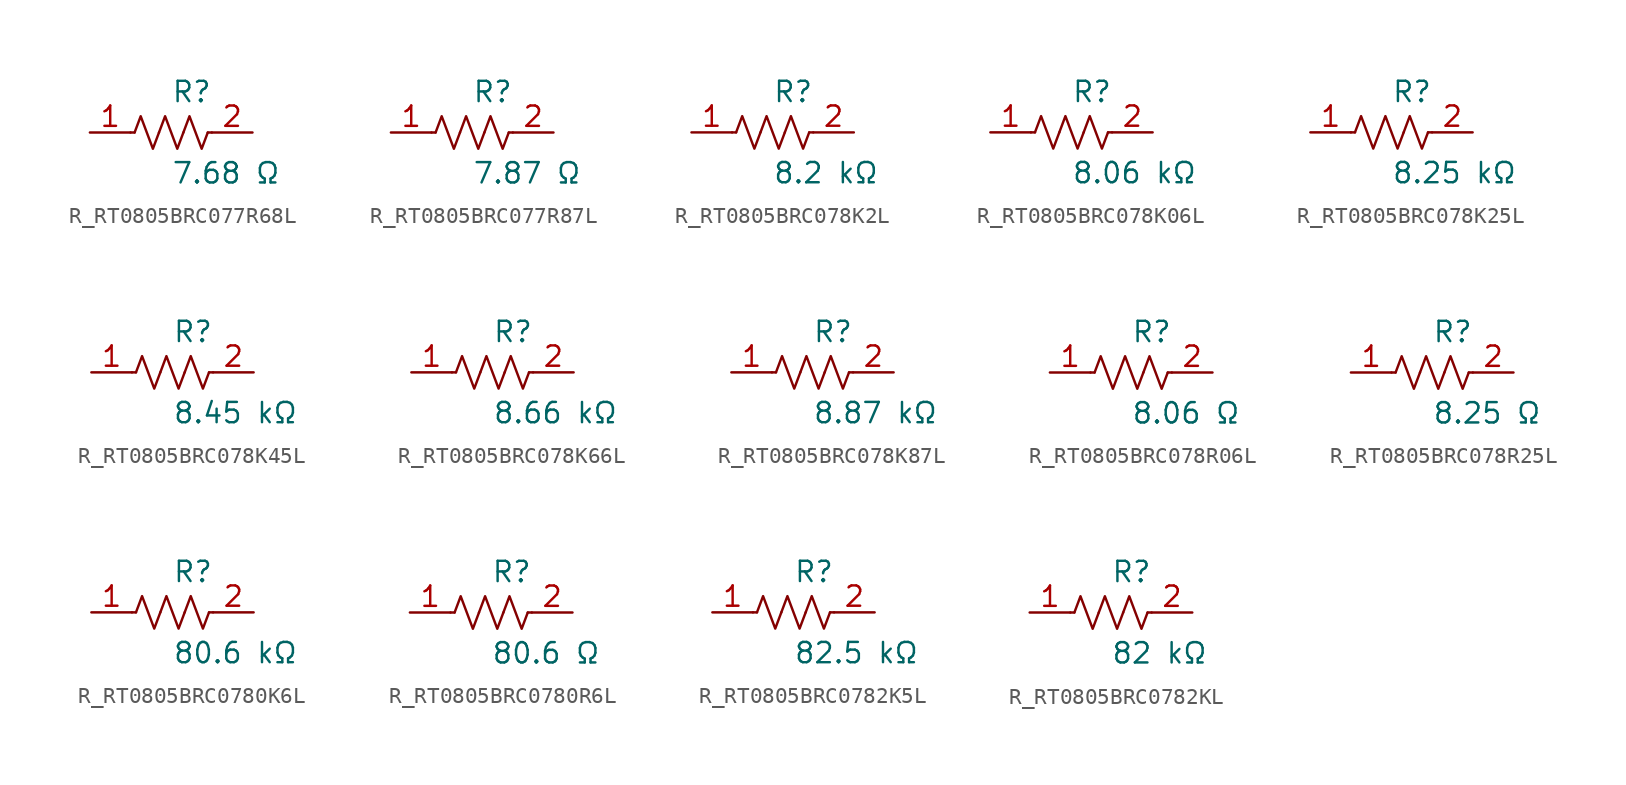
<source format=kicad_sym>
(kicad_symbol_lib
  (version 20231120)
  (generator kicad_symbol_editor)
  (generator_version 8.0)
  (symbol "R_RT0805BRC077R68L"
    (pin_names
      (offset 0.254))
    (property "Reference" "R"
      (at 0 2.54 0)
      (effects (font (size 1.27 1.27)) (justify left)))
    (property "Value" "7.68 Ω"
      (at 0 -2.54 0)
      (effects (font (size 1.27 1.27)) (justify left)))
    (symbol "R_RT0805BRC077R68L_0_1"
      (polyline (pts (xy 2.286 0) (xy 2.54 0)) (stroke (width 0) (type default)) (fill (type none)))
      (polyline (pts (xy -2.286 0) (xy -2.54 0)) (stroke (width 0) (type default)) (fill (type none)))
      (polyline (pts (xy 0.762 0) (xy 1.143 1.016) (xy 1.524 0) (xy 1.905 -1.016) (xy 2.286 0)) (stroke (width 0) (type default)) (fill (type none)))
      (polyline (pts (xy -0.762 0) (xy -0.381 1.016) (xy 0 0) (xy 0.381 -1.016) (xy 0.762 0)) (stroke (width 0) (type default)) (fill (type none)))
      (polyline (pts (xy -2.286 0) (xy -1.905 1.016) (xy -1.524 0) (xy -1.143 -1.016) (xy -0.762 0)) (stroke (width 0) (type default)) (fill (type none))))
    (pin unspecified line
      (at -5.08 0 0)
      (length 2.54)
      (name "" (effects (font (size 1.27 1.27))))
      (number "1" (effects (font (size 1.27 1.27)))))
    (pin unspecified line
      (at 5.08 0 180)
      (length 2.54)
      (name "" (effects (font (size 1.27 1.27))))
      (number "2" (effects (font (size 1.27 1.27))))))
  (symbol "R_RT0805BRC077R87L"
    (pin_names
      (offset 0.254))
    (property "Reference" "R"
      (at 0 2.54 0)
      (effects (font (size 1.27 1.27)) (justify left)))
    (property "Value" "7.87 Ω"
      (at 0 -2.54 0)
      (effects (font (size 1.27 1.27)) (justify left)))
    (symbol "R_RT0805BRC077R87L_0_1"
      (polyline (pts (xy 2.286 0) (xy 2.54 0)) (stroke (width 0) (type default)) (fill (type none)))
      (polyline (pts (xy -2.286 0) (xy -2.54 0)) (stroke (width 0) (type default)) (fill (type none)))
      (polyline (pts (xy 0.762 0) (xy 1.143 1.016) (xy 1.524 0) (xy 1.905 -1.016) (xy 2.286 0)) (stroke (width 0) (type default)) (fill (type none)))
      (polyline (pts (xy -0.762 0) (xy -0.381 1.016) (xy 0 0) (xy 0.381 -1.016) (xy 0.762 0)) (stroke (width 0) (type default)) (fill (type none)))
      (polyline (pts (xy -2.286 0) (xy -1.905 1.016) (xy -1.524 0) (xy -1.143 -1.016) (xy -0.762 0)) (stroke (width 0) (type default)) (fill (type none))))
    (pin unspecified line
      (at -5.08 0 0)
      (length 2.54)
      (name "" (effects (font (size 1.27 1.27))))
      (number "1" (effects (font (size 1.27 1.27)))))
    (pin unspecified line
      (at 5.08 0 180)
      (length 2.54)
      (name "" (effects (font (size 1.27 1.27))))
      (number "2" (effects (font (size 1.27 1.27))))))
  (symbol "R_RT0805BRC078K2L"
    (pin_names
      (offset 0.254))
    (property "Reference" "R"
      (at 0 2.54 0)
      (effects (font (size 1.27 1.27)) (justify left)))
    (property "Value" "8.2 kΩ"
      (at 0 -2.54 0)
      (effects (font (size 1.27 1.27)) (justify left)))
    (symbol "R_RT0805BRC078K2L_0_1"
      (polyline (pts (xy 2.286 0) (xy 2.54 0)) (stroke (width 0) (type default)) (fill (type none)))
      (polyline (pts (xy -2.286 0) (xy -2.54 0)) (stroke (width 0) (type default)) (fill (type none)))
      (polyline (pts (xy 0.762 0) (xy 1.143 1.016) (xy 1.524 0) (xy 1.905 -1.016) (xy 2.286 0)) (stroke (width 0) (type default)) (fill (type none)))
      (polyline (pts (xy -0.762 0) (xy -0.381 1.016) (xy 0 0) (xy 0.381 -1.016) (xy 0.762 0)) (stroke (width 0) (type default)) (fill (type none)))
      (polyline (pts (xy -2.286 0) (xy -1.905 1.016) (xy -1.524 0) (xy -1.143 -1.016) (xy -0.762 0)) (stroke (width 0) (type default)) (fill (type none))))
    (pin unspecified line
      (at -5.08 0 0)
      (length 2.54)
      (name "" (effects (font (size 1.27 1.27))))
      (number "1" (effects (font (size 1.27 1.27)))))
    (pin unspecified line
      (at 5.08 0 180)
      (length 2.54)
      (name "" (effects (font (size 1.27 1.27))))
      (number "2" (effects (font (size 1.27 1.27))))))
  (symbol "R_RT0805BRC078K06L"
    (pin_names
      (offset 0.254))
    (property "Reference" "R"
      (at 0 2.54 0)
      (effects (font (size 1.27 1.27)) (justify left)))
    (property "Value" "8.06 kΩ"
      (at 0 -2.54 0)
      (effects (font (size 1.27 1.27)) (justify left)))
    (symbol "R_RT0805BRC078K06L_0_1"
      (polyline (pts (xy 2.286 0) (xy 2.54 0)) (stroke (width 0) (type default)) (fill (type none)))
      (polyline (pts (xy -2.286 0) (xy -2.54 0)) (stroke (width 0) (type default)) (fill (type none)))
      (polyline (pts (xy 0.762 0) (xy 1.143 1.016) (xy 1.524 0) (xy 1.905 -1.016) (xy 2.286 0)) (stroke (width 0) (type default)) (fill (type none)))
      (polyline (pts (xy -0.762 0) (xy -0.381 1.016) (xy 0 0) (xy 0.381 -1.016) (xy 0.762 0)) (stroke (width 0) (type default)) (fill (type none)))
      (polyline (pts (xy -2.286 0) (xy -1.905 1.016) (xy -1.524 0) (xy -1.143 -1.016) (xy -0.762 0)) (stroke (width 0) (type default)) (fill (type none))))
    (pin unspecified line
      (at -5.08 0 0)
      (length 2.54)
      (name "" (effects (font (size 1.27 1.27))))
      (number "1" (effects (font (size 1.27 1.27)))))
    (pin unspecified line
      (at 5.08 0 180)
      (length 2.54)
      (name "" (effects (font (size 1.27 1.27))))
      (number "2" (effects (font (size 1.27 1.27))))))
  (symbol "R_RT0805BRC078K25L"
    (pin_names
      (offset 0.254))
    (property "Reference" "R"
      (at 0 2.54 0)
      (effects (font (size 1.27 1.27)) (justify left)))
    (property "Value" "8.25 kΩ"
      (at 0 -2.54 0)
      (effects (font (size 1.27 1.27)) (justify left)))
    (symbol "R_RT0805BRC078K25L_0_1"
      (polyline (pts (xy 2.286 0) (xy 2.54 0)) (stroke (width 0) (type default)) (fill (type none)))
      (polyline (pts (xy -2.286 0) (xy -2.54 0)) (stroke (width 0) (type default)) (fill (type none)))
      (polyline (pts (xy 0.762 0) (xy 1.143 1.016) (xy 1.524 0) (xy 1.905 -1.016) (xy 2.286 0)) (stroke (width 0) (type default)) (fill (type none)))
      (polyline (pts (xy -0.762 0) (xy -0.381 1.016) (xy 0 0) (xy 0.381 -1.016) (xy 0.762 0)) (stroke (width 0) (type default)) (fill (type none)))
      (polyline (pts (xy -2.286 0) (xy -1.905 1.016) (xy -1.524 0) (xy -1.143 -1.016) (xy -0.762 0)) (stroke (width 0) (type default)) (fill (type none))))
    (pin unspecified line
      (at -5.08 0 0)
      (length 2.54)
      (name "" (effects (font (size 1.27 1.27))))
      (number "1" (effects (font (size 1.27 1.27)))))
    (pin unspecified line
      (at 5.08 0 180)
      (length 2.54)
      (name "" (effects (font (size 1.27 1.27))))
      (number "2" (effects (font (size 1.27 1.27))))))
  (symbol "R_RT0805BRC078K45L"
    (pin_names
      (offset 0.254))
    (property "Reference" "R"
      (at 0 2.54 0)
      (effects (font (size 1.27 1.27)) (justify left)))
    (property "Value" "8.45 kΩ"
      (at 0 -2.54 0)
      (effects (font (size 1.27 1.27)) (justify left)))
    (symbol "R_RT0805BRC078K45L_0_1"
      (polyline (pts (xy 2.286 0) (xy 2.54 0)) (stroke (width 0) (type default)) (fill (type none)))
      (polyline (pts (xy -2.286 0) (xy -2.54 0)) (stroke (width 0) (type default)) (fill (type none)))
      (polyline (pts (xy 0.762 0) (xy 1.143 1.016) (xy 1.524 0) (xy 1.905 -1.016) (xy 2.286 0)) (stroke (width 0) (type default)) (fill (type none)))
      (polyline (pts (xy -0.762 0) (xy -0.381 1.016) (xy 0 0) (xy 0.381 -1.016) (xy 0.762 0)) (stroke (width 0) (type default)) (fill (type none)))
      (polyline (pts (xy -2.286 0) (xy -1.905 1.016) (xy -1.524 0) (xy -1.143 -1.016) (xy -0.762 0)) (stroke (width 0) (type default)) (fill (type none))))
    (pin unspecified line
      (at -5.08 0 0)
      (length 2.54)
      (name "" (effects (font (size 1.27 1.27))))
      (number "1" (effects (font (size 1.27 1.27)))))
    (pin unspecified line
      (at 5.08 0 180)
      (length 2.54)
      (name "" (effects (font (size 1.27 1.27))))
      (number "2" (effects (font (size 1.27 1.27))))))
  (symbol "R_RT0805BRC078K66L"
    (pin_names
      (offset 0.254))
    (property "Reference" "R"
      (at 0 2.54 0)
      (effects (font (size 1.27 1.27)) (justify left)))
    (property "Value" "8.66 kΩ"
      (at 0 -2.54 0)
      (effects (font (size 1.27 1.27)) (justify left)))
    (symbol "R_RT0805BRC078K66L_0_1"
      (polyline (pts (xy 2.286 0) (xy 2.54 0)) (stroke (width 0) (type default)) (fill (type none)))
      (polyline (pts (xy -2.286 0) (xy -2.54 0)) (stroke (width 0) (type default)) (fill (type none)))
      (polyline (pts (xy 0.762 0) (xy 1.143 1.016) (xy 1.524 0) (xy 1.905 -1.016) (xy 2.286 0)) (stroke (width 0) (type default)) (fill (type none)))
      (polyline (pts (xy -0.762 0) (xy -0.381 1.016) (xy 0 0) (xy 0.381 -1.016) (xy 0.762 0)) (stroke (width 0) (type default)) (fill (type none)))
      (polyline (pts (xy -2.286 0) (xy -1.905 1.016) (xy -1.524 0) (xy -1.143 -1.016) (xy -0.762 0)) (stroke (width 0) (type default)) (fill (type none))))
    (pin unspecified line
      (at -5.08 0 0)
      (length 2.54)
      (name "" (effects (font (size 1.27 1.27))))
      (number "1" (effects (font (size 1.27 1.27)))))
    (pin unspecified line
      (at 5.08 0 180)
      (length 2.54)
      (name "" (effects (font (size 1.27 1.27))))
      (number "2" (effects (font (size 1.27 1.27))))))
  (symbol "R_RT0805BRC078K87L"
    (pin_names
      (offset 0.254))
    (property "Reference" "R"
      (at 0 2.54 0)
      (effects (font (size 1.27 1.27)) (justify left)))
    (property "Value" "8.87 kΩ"
      (at 0 -2.54 0)
      (effects (font (size 1.27 1.27)) (justify left)))
    (symbol "R_RT0805BRC078K87L_0_1"
      (polyline (pts (xy 2.286 0) (xy 2.54 0)) (stroke (width 0) (type default)) (fill (type none)))
      (polyline (pts (xy -2.286 0) (xy -2.54 0)) (stroke (width 0) (type default)) (fill (type none)))
      (polyline (pts (xy 0.762 0) (xy 1.143 1.016) (xy 1.524 0) (xy 1.905 -1.016) (xy 2.286 0)) (stroke (width 0) (type default)) (fill (type none)))
      (polyline (pts (xy -0.762 0) (xy -0.381 1.016) (xy 0 0) (xy 0.381 -1.016) (xy 0.762 0)) (stroke (width 0) (type default)) (fill (type none)))
      (polyline (pts (xy -2.286 0) (xy -1.905 1.016) (xy -1.524 0) (xy -1.143 -1.016) (xy -0.762 0)) (stroke (width 0) (type default)) (fill (type none))))
    (pin unspecified line
      (at -5.08 0 0)
      (length 2.54)
      (name "" (effects (font (size 1.27 1.27))))
      (number "1" (effects (font (size 1.27 1.27)))))
    (pin unspecified line
      (at 5.08 0 180)
      (length 2.54)
      (name "" (effects (font (size 1.27 1.27))))
      (number "2" (effects (font (size 1.27 1.27))))))
  (symbol "R_RT0805BRC078R06L"
    (pin_names
      (offset 0.254))
    (property "Reference" "R"
      (at 0 2.54 0)
      (effects (font (size 1.27 1.27)) (justify left)))
    (property "Value" "8.06 Ω"
      (at 0 -2.54 0)
      (effects (font (size 1.27 1.27)) (justify left)))
    (symbol "R_RT0805BRC078R06L_0_1"
      (polyline (pts (xy 2.286 0) (xy 2.54 0)) (stroke (width 0) (type default)) (fill (type none)))
      (polyline (pts (xy -2.286 0) (xy -2.54 0)) (stroke (width 0) (type default)) (fill (type none)))
      (polyline (pts (xy 0.762 0) (xy 1.143 1.016) (xy 1.524 0) (xy 1.905 -1.016) (xy 2.286 0)) (stroke (width 0) (type default)) (fill (type none)))
      (polyline (pts (xy -0.762 0) (xy -0.381 1.016) (xy 0 0) (xy 0.381 -1.016) (xy 0.762 0)) (stroke (width 0) (type default)) (fill (type none)))
      (polyline (pts (xy -2.286 0) (xy -1.905 1.016) (xy -1.524 0) (xy -1.143 -1.016) (xy -0.762 0)) (stroke (width 0) (type default)) (fill (type none))))
    (pin unspecified line
      (at -5.08 0 0)
      (length 2.54)
      (name "" (effects (font (size 1.27 1.27))))
      (number "1" (effects (font (size 1.27 1.27)))))
    (pin unspecified line
      (at 5.08 0 180)
      (length 2.54)
      (name "" (effects (font (size 1.27 1.27))))
      (number "2" (effects (font (size 1.27 1.27))))))
  (symbol "R_RT0805BRC078R25L"
    (pin_names
      (offset 0.254))
    (property "Reference" "R"
      (at 0 2.54 0)
      (effects (font (size 1.27 1.27)) (justify left)))
    (property "Value" "8.25 Ω"
      (at 0 -2.54 0)
      (effects (font (size 1.27 1.27)) (justify left)))
    (symbol "R_RT0805BRC078R25L_0_1"
      (polyline (pts (xy 2.286 0) (xy 2.54 0)) (stroke (width 0) (type default)) (fill (type none)))
      (polyline (pts (xy -2.286 0) (xy -2.54 0)) (stroke (width 0) (type default)) (fill (type none)))
      (polyline (pts (xy 0.762 0) (xy 1.143 1.016) (xy 1.524 0) (xy 1.905 -1.016) (xy 2.286 0)) (stroke (width 0) (type default)) (fill (type none)))
      (polyline (pts (xy -0.762 0) (xy -0.381 1.016) (xy 0 0) (xy 0.381 -1.016) (xy 0.762 0)) (stroke (width 0) (type default)) (fill (type none)))
      (polyline (pts (xy -2.286 0) (xy -1.905 1.016) (xy -1.524 0) (xy -1.143 -1.016) (xy -0.762 0)) (stroke (width 0) (type default)) (fill (type none))))
    (pin unspecified line
      (at -5.08 0 0)
      (length 2.54)
      (name "" (effects (font (size 1.27 1.27))))
      (number "1" (effects (font (size 1.27 1.27)))))
    (pin unspecified line
      (at 5.08 0 180)
      (length 2.54)
      (name "" (effects (font (size 1.27 1.27))))
      (number "2" (effects (font (size 1.27 1.27))))))
  (symbol "R_RT0805BRC0780K6L"
    (pin_names
      (offset 0.254))
    (property "Reference" "R"
      (at 0 2.54 0)
      (effects (font (size 1.27 1.27)) (justify left)))
    (property "Value" "80.6 kΩ"
      (at 0 -2.54 0)
      (effects (font (size 1.27 1.27)) (justify left)))
    (symbol "R_RT0805BRC0780K6L_0_1"
      (polyline (pts (xy 2.286 0) (xy 2.54 0)) (stroke (width 0) (type default)) (fill (type none)))
      (polyline (pts (xy -2.286 0) (xy -2.54 0)) (stroke (width 0) (type default)) (fill (type none)))
      (polyline (pts (xy 0.762 0) (xy 1.143 1.016) (xy 1.524 0) (xy 1.905 -1.016) (xy 2.286 0)) (stroke (width 0) (type default)) (fill (type none)))
      (polyline (pts (xy -0.762 0) (xy -0.381 1.016) (xy 0 0) (xy 0.381 -1.016) (xy 0.762 0)) (stroke (width 0) (type default)) (fill (type none)))
      (polyline (pts (xy -2.286 0) (xy -1.905 1.016) (xy -1.524 0) (xy -1.143 -1.016) (xy -0.762 0)) (stroke (width 0) (type default)) (fill (type none))))
    (pin unspecified line
      (at -5.08 0 0)
      (length 2.54)
      (name "" (effects (font (size 1.27 1.27))))
      (number "1" (effects (font (size 1.27 1.27)))))
    (pin unspecified line
      (at 5.08 0 180)
      (length 2.54)
      (name "" (effects (font (size 1.27 1.27))))
      (number "2" (effects (font (size 1.27 1.27))))))
  (symbol "R_RT0805BRC0780R6L"
    (pin_names
      (offset 0.254))
    (property "Reference" "R"
      (at 0 2.54 0)
      (effects (font (size 1.27 1.27)) (justify left)))
    (property "Value" "80.6 Ω"
      (at 0 -2.54 0)
      (effects (font (size 1.27 1.27)) (justify left)))
    (symbol "R_RT0805BRC0780R6L_0_1"
      (polyline (pts (xy 2.286 0) (xy 2.54 0)) (stroke (width 0) (type default)) (fill (type none)))
      (polyline (pts (xy -2.286 0) (xy -2.54 0)) (stroke (width 0) (type default)) (fill (type none)))
      (polyline (pts (xy 0.762 0) (xy 1.143 1.016) (xy 1.524 0) (xy 1.905 -1.016) (xy 2.286 0)) (stroke (width 0) (type default)) (fill (type none)))
      (polyline (pts (xy -0.762 0) (xy -0.381 1.016) (xy 0 0) (xy 0.381 -1.016) (xy 0.762 0)) (stroke (width 0) (type default)) (fill (type none)))
      (polyline (pts (xy -2.286 0) (xy -1.905 1.016) (xy -1.524 0) (xy -1.143 -1.016) (xy -0.762 0)) (stroke (width 0) (type default)) (fill (type none))))
    (pin unspecified line
      (at -5.08 0 0)
      (length 2.54)
      (name "" (effects (font (size 1.27 1.27))))
      (number "1" (effects (font (size 1.27 1.27)))))
    (pin unspecified line
      (at 5.08 0 180)
      (length 2.54)
      (name "" (effects (font (size 1.27 1.27))))
      (number "2" (effects (font (size 1.27 1.27))))))
  (symbol "R_RT0805BRC0782K5L"
    (pin_names
      (offset 0.254))
    (property "Reference" "R"
      (at 0 2.54 0)
      (effects (font (size 1.27 1.27)) (justify left)))
    (property "Value" "82.5 kΩ"
      (at 0 -2.54 0)
      (effects (font (size 1.27 1.27)) (justify left)))
    (symbol "R_RT0805BRC0782K5L_0_1"
      (polyline (pts (xy 2.286 0) (xy 2.54 0)) (stroke (width 0) (type default)) (fill (type none)))
      (polyline (pts (xy -2.286 0) (xy -2.54 0)) (stroke (width 0) (type default)) (fill (type none)))
      (polyline (pts (xy 0.762 0) (xy 1.143 1.016) (xy 1.524 0) (xy 1.905 -1.016) (xy 2.286 0)) (stroke (width 0) (type default)) (fill (type none)))
      (polyline (pts (xy -0.762 0) (xy -0.381 1.016) (xy 0 0) (xy 0.381 -1.016) (xy 0.762 0)) (stroke (width 0) (type default)) (fill (type none)))
      (polyline (pts (xy -2.286 0) (xy -1.905 1.016) (xy -1.524 0) (xy -1.143 -1.016) (xy -0.762 0)) (stroke (width 0) (type default)) (fill (type none))))
    (pin unspecified line
      (at -5.08 0 0)
      (length 2.54)
      (name "" (effects (font (size 1.27 1.27))))
      (number "1" (effects (font (size 1.27 1.27)))))
    (pin unspecified line
      (at 5.08 0 180)
      (length 2.54)
      (name "" (effects (font (size 1.27 1.27))))
      (number "2" (effects (font (size 1.27 1.27))))))
  (symbol "R_RT0805BRC0782KL"
    (pin_names
      (offset 0.254))
    (property "Reference" "R"
      (at 0 2.54 0)
      (effects (font (size 1.27 1.27)) (justify left)))
    (property "Value" "82 kΩ"
      (at 0 -2.54 0)
      (effects (font (size 1.27 1.27)) (justify left)))
    (symbol "R_RT0805BRC0782KL_0_1"
      (polyline (pts (xy 2.286 0) (xy 2.54 0)) (stroke (width 0) (type default)) (fill (type none)))
      (polyline (pts (xy -2.286 0) (xy -2.54 0)) (stroke (width 0) (type default)) (fill (type none)))
      (polyline (pts (xy 0.762 0) (xy 1.143 1.016) (xy 1.524 0) (xy 1.905 -1.016) (xy 2.286 0)) (stroke (width 0) (type default)) (fill (type none)))
      (polyline (pts (xy -0.762 0) (xy -0.381 1.016) (xy 0 0) (xy 0.381 -1.016) (xy 0.762 0)) (stroke (width 0) (type default)) (fill (type none)))
      (polyline (pts (xy -2.286 0) (xy -1.905 1.016) (xy -1.524 0) (xy -1.143 -1.016) (xy -0.762 0)) (stroke (width 0) (type default)) (fill (type none))))
    (pin unspecified line
      (at -5.08 0 0)
      (length 2.54)
      (name "" (effects (font (size 1.27 1.27))))
      (number "1" (effects (font (size 1.27 1.27)))))
    (pin unspecified line
      (at 5.08 0 180)
      (length 2.54)
      (name "" (effects (font (size 1.27 1.27))))
      (number "2" (effects (font (size 1.27 1.27)))))))
</source>
